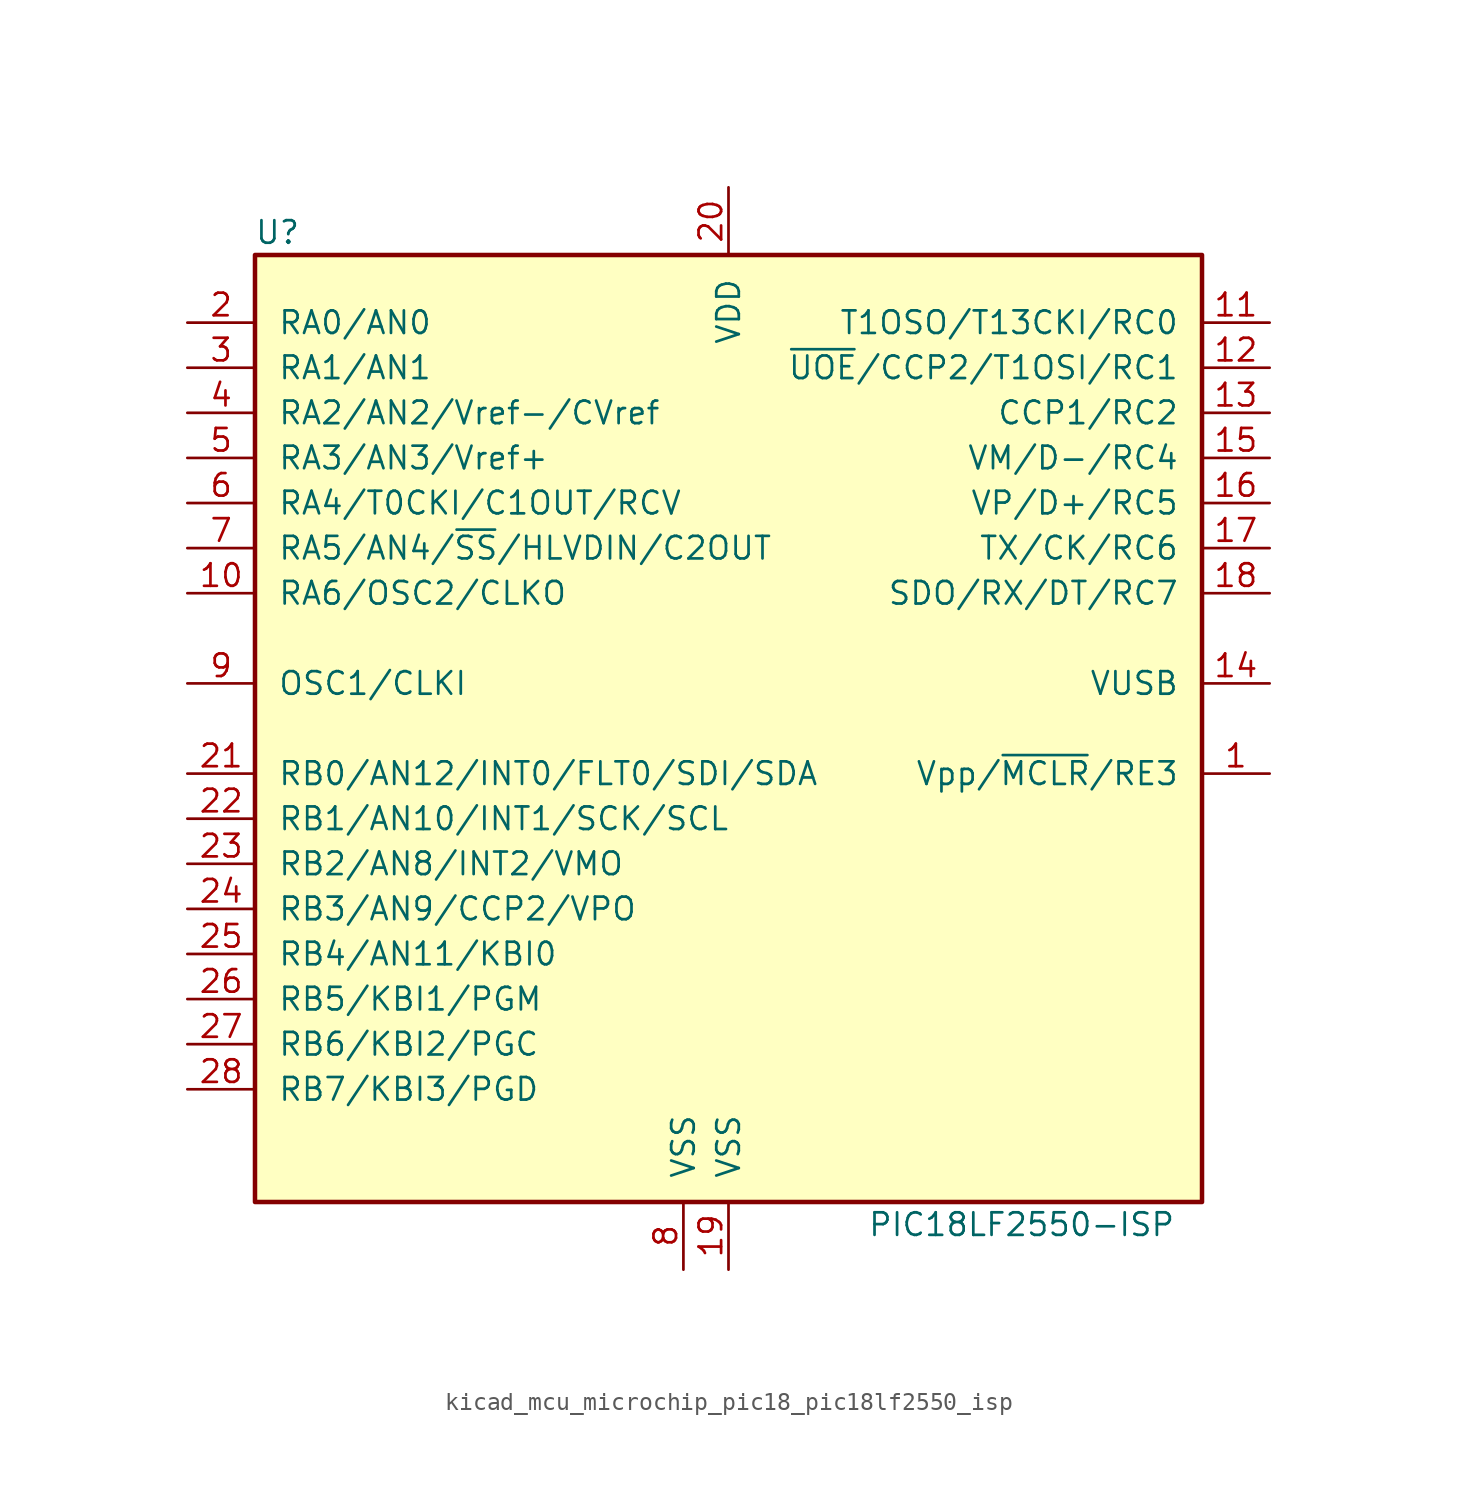
<source format=kicad_sym>
(kicad_symbol_lib
  (version 20220914)
  (generator kicad_symbol_editor)
  (symbol "kicad_mcu_microchip_pic18_pic18lf2550_isp"
    (pin_names
      (offset 1.27))
    (property "Reference" "U"
      (at -25.4 27.94 0)
      (effects (font (size 1.27 1.27))))
    (property "Value" "PIC18LF2550-ISP"
      (at 16.51 -27.94 0)
      (effects (font (size 1.27 1.27))))
    (symbol "kicad_mcu_microchip_pic18_pic18lf2550_isp_0_1"
      (rectangle (start -26.67 26.67) (end 26.67 -26.67) (stroke (width 0.254) (type default)) (fill (type background))))
    (symbol "kicad_mcu_microchip_pic18_pic18lf2550_isp_1_1"
      (pin input line (at 30.48 -2.54 180) (length 3.81) (name "Vpp/~{MCLR}/RE3" (effects (font (size 1.27 1.27)))) (number "1" (effects (font (size 1.27 1.27)))))
      (pin output line (at -30.48 7.62 0) (length 3.81) (name "RA6/OSC2/CLKO" (effects (font (size 1.27 1.27)))) (number "10" (effects (font (size 1.27 1.27)))))
      (pin bidirectional line (at 30.48 22.86 180) (length 3.81) (name "T1OSO/T13CKI/RC0" (effects (font (size 1.27 1.27)))) (number "11" (effects (font (size 1.27 1.27)))))
      (pin bidirectional line (at 30.48 20.32 180) (length 3.81) (name "~{UOE}/CCP2/T1OSI/RC1" (effects (font (size 1.27 1.27)))) (number "12" (effects (font (size 1.27 1.27)))))
      (pin bidirectional line (at 30.48 17.78 180) (length 3.81) (name "CCP1/RC2" (effects (font (size 1.27 1.27)))) (number "13" (effects (font (size 1.27 1.27)))))
      (pin bidirectional line (at 30.48 2.54 180) (length 3.81) (name "VUSB" (effects (font (size 1.27 1.27)))) (number "14" (effects (font (size 1.27 1.27)))))
      (pin bidirectional line (at 30.48 15.24 180) (length 3.81) (name "VM/D-/RC4" (effects (font (size 1.27 1.27)))) (number "15" (effects (font (size 1.27 1.27)))))
      (pin bidirectional line (at 30.48 12.7 180) (length 3.81) (name "VP/D+/RC5" (effects (font (size 1.27 1.27)))) (number "16" (effects (font (size 1.27 1.27)))))
      (pin bidirectional line (at 30.48 10.16 180) (length 3.81) (name "TX/CK/RC6" (effects (font (size 1.27 1.27)))) (number "17" (effects (font (size 1.27 1.27)))))
      (pin bidirectional line (at 30.48 7.62 180) (length 3.81) (name "SDO/RX/DT/RC7" (effects (font (size 1.27 1.27)))) (number "18" (effects (font (size 1.27 1.27)))))
      (pin power_in line (at 0 -30.48 90) (length 3.81) (name "VSS" (effects (font (size 1.27 1.27)))) (number "19" (effects (font (size 1.27 1.27)))))
      (pin bidirectional line (at -30.48 22.86 0) (length 3.81) (name "RA0/AN0" (effects (font (size 1.27 1.27)))) (number "2" (effects (font (size 1.27 1.27)))))
      (pin power_in line (at 0 30.48 270) (length 3.81) (name "VDD" (effects (font (size 1.27 1.27)))) (number "20" (effects (font (size 1.27 1.27)))))
      (pin bidirectional line (at -30.48 -2.54 0) (length 3.81) (name "RB0/AN12/INT0/FLT0/SDI/SDA" (effects (font (size 1.27 1.27)))) (number "21" (effects (font (size 1.27 1.27)))))
      (pin bidirectional line (at -30.48 -5.08 0) (length 3.81) (name "RB1/AN10/INT1/SCK/SCL" (effects (font (size 1.27 1.27)))) (number "22" (effects (font (size 1.27 1.27)))))
      (pin bidirectional line (at -30.48 -7.62 0) (length 3.81) (name "RB2/AN8/INT2/VMO" (effects (font (size 1.27 1.27)))) (number "23" (effects (font (size 1.27 1.27)))))
      (pin bidirectional line (at -30.48 -10.16 0) (length 3.81) (name "RB3/AN9/CCP2/VPO" (effects (font (size 1.27 1.27)))) (number "24" (effects (font (size 1.27 1.27)))))
      (pin bidirectional line (at -30.48 -12.7 0) (length 3.81) (name "RB4/AN11/KBI0" (effects (font (size 1.27 1.27)))) (number "25" (effects (font (size 1.27 1.27)))))
      (pin bidirectional line (at -30.48 -15.24 0) (length 3.81) (name "RB5/KBI1/PGM" (effects (font (size 1.27 1.27)))) (number "26" (effects (font (size 1.27 1.27)))))
      (pin bidirectional line (at -30.48 -17.78 0) (length 3.81) (name "RB6/KBI2/PGC" (effects (font (size 1.27 1.27)))) (number "27" (effects (font (size 1.27 1.27)))))
      (pin bidirectional line (at -30.48 -20.32 0) (length 3.81) (name "RB7/KBI3/PGD" (effects (font (size 1.27 1.27)))) (number "28" (effects (font (size 1.27 1.27)))))
      (pin bidirectional line (at -30.48 20.32 0) (length 3.81) (name "RA1/AN1" (effects (font (size 1.27 1.27)))) (number "3" (effects (font (size 1.27 1.27)))))
      (pin bidirectional line (at -30.48 17.78 0) (length 3.81) (name "RA2/AN2/Vref-/CVref" (effects (font (size 1.27 1.27)))) (number "4" (effects (font (size 1.27 1.27)))))
      (pin bidirectional line (at -30.48 15.24 0) (length 3.81) (name "RA3/AN3/Vref+" (effects (font (size 1.27 1.27)))) (number "5" (effects (font (size 1.27 1.27)))))
      (pin bidirectional line (at -30.48 12.7 0) (length 3.81) (name "RA4/T0CKI/C1OUT/RCV" (effects (font (size 1.27 1.27)))) (number "6" (effects (font (size 1.27 1.27)))))
      (pin bidirectional line (at -30.48 10.16 0) (length 3.81) (name "RA5/AN4/~{SS}/HLVDIN/C2OUT" (effects (font (size 1.27 1.27)))) (number "7" (effects (font (size 1.27 1.27)))))
      (pin power_in line (at -2.54 -30.48 90) (length 3.81) (name "VSS" (effects (font (size 1.27 1.27)))) (number "8" (effects (font (size 1.27 1.27)))))
      (pin input line (at -30.48 2.54 0) (length 3.81) (name "OSC1/CLKI" (effects (font (size 1.27 1.27)))) (number "9" (effects (font (size 1.27 1.27))))))))
</source>
